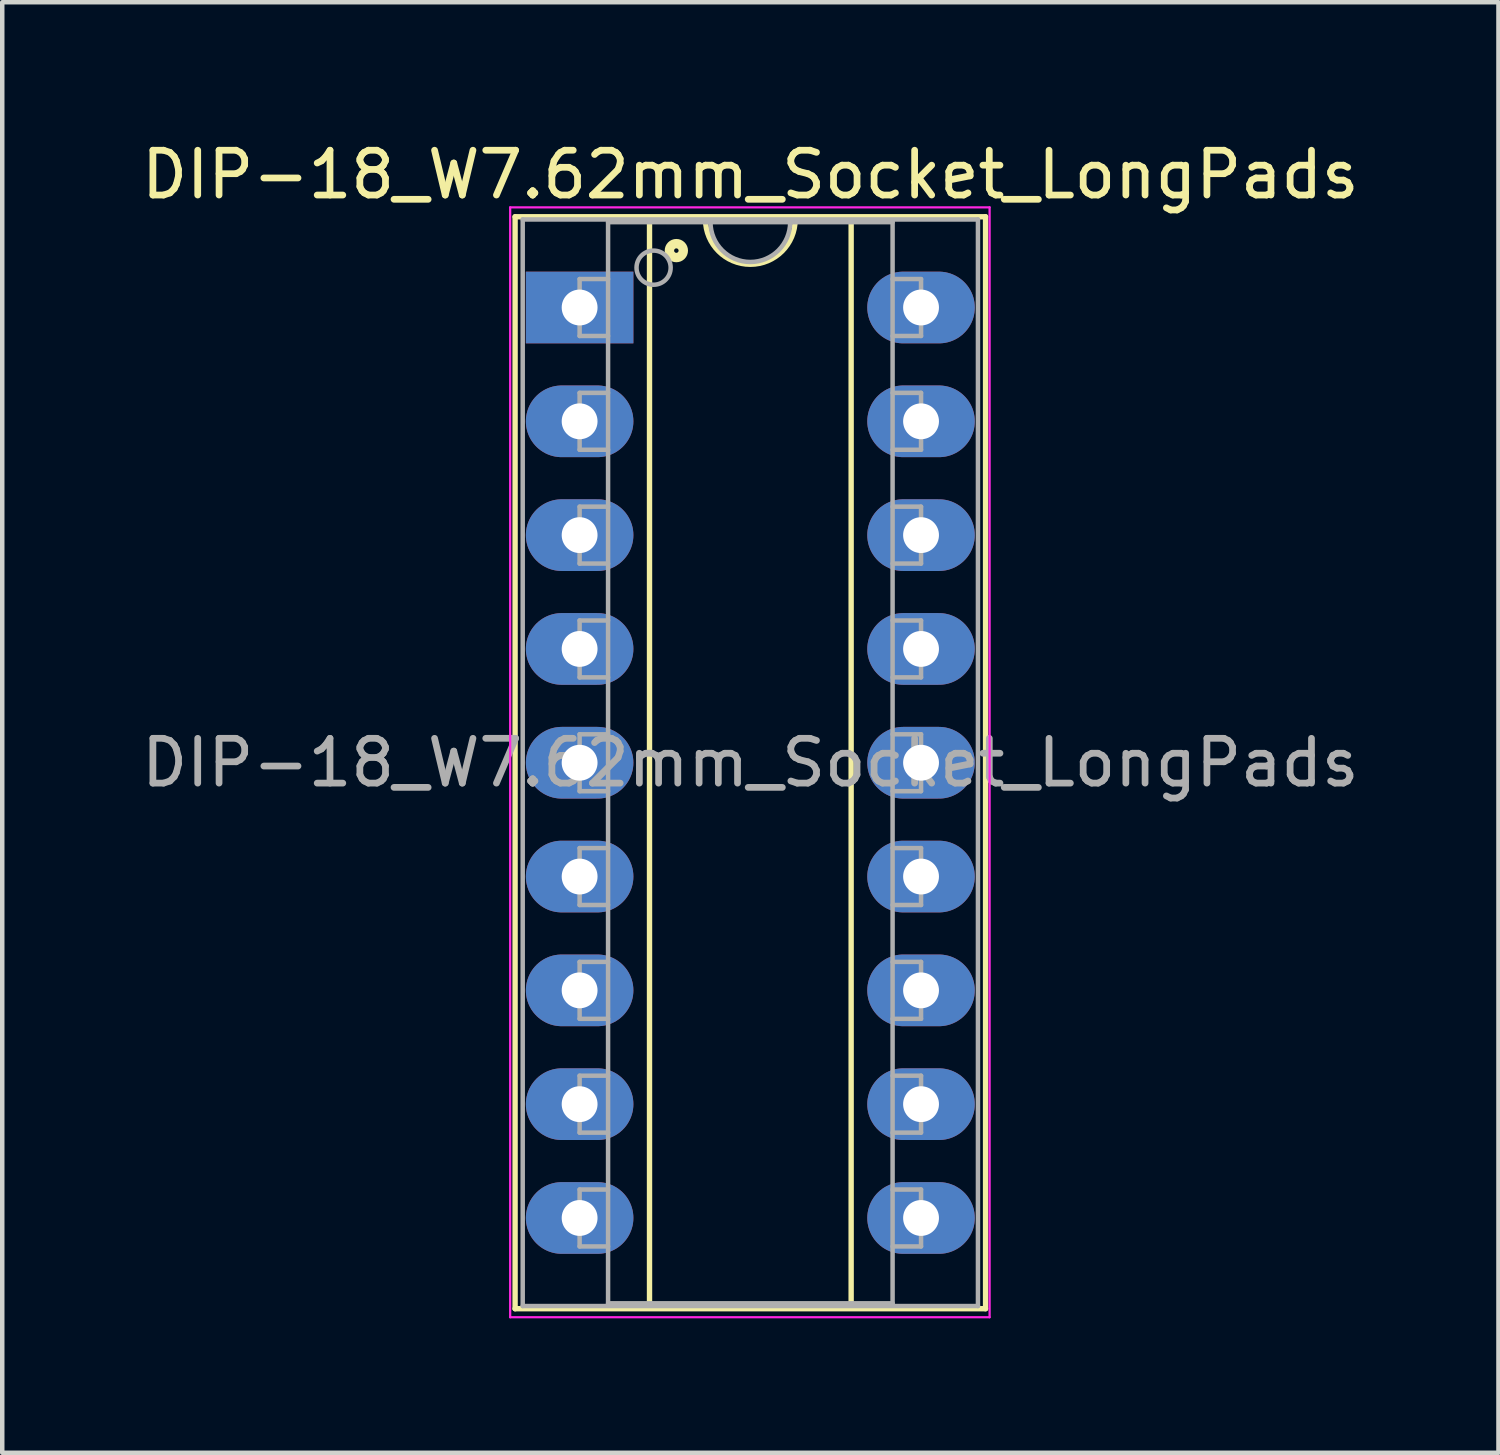
<source format=kicad_pcb>
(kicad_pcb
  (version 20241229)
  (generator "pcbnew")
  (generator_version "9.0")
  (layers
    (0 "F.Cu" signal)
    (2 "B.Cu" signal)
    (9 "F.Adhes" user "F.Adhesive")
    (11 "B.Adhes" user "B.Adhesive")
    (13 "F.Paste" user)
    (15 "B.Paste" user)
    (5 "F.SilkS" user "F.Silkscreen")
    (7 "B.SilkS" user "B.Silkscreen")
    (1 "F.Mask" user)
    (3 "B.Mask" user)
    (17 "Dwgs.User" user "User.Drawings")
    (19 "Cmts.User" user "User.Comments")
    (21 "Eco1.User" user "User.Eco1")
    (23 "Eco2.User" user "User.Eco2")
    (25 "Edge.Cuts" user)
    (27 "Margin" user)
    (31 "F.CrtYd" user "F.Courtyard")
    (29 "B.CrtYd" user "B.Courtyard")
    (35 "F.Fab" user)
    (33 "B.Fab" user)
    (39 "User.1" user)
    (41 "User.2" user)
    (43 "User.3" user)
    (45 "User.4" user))
  (footprint "DIP-18_W7.62mm_Socket_LongPads"
    (layer "F.Cu")
    (at 9.886 3.813)
    (property "Reference" "DIP-18_W7.62mm_Socket_LongPads" (at 3.81 -2.965 0) (layer "F.SilkS") (effects (font (size 1 1) (thickness 0.15))))
    (attr through_hole)
    (fp_line (start -1.44 -2.025) (end -1.44 22.345) (stroke (width 0.12) (type solid)) (layer "F.SilkS"))
    (fp_line (start -1.44 22.345) (end 9.06 22.345) (stroke (width 0.12) (type solid)) (layer "F.SilkS"))
    (fp_line (start 1.56 -1.965) (end 1.56 22.285) (stroke (width 0.12) (type solid)) (layer "F.SilkS"))
    (fp_line (start 1.56 22.285) (end 6.06 22.285) (stroke (width 0.12) (type solid)) (layer "F.SilkS"))
    (fp_line (start 2.81 -1.965) (end 1.56 -1.965) (stroke (width 0.12) (type solid)) (layer "F.SilkS"))
    (fp_line (start 6.06 -1.965) (end 4.81 -1.965) (stroke (width 0.12) (type solid)) (layer "F.SilkS"))
    (fp_line (start 6.06 22.285) (end 6.06 -1.965) (stroke (width 0.12) (type solid)) (layer "F.SilkS"))
    (fp_line (start 9.06 -2.025) (end -1.44 -2.025) (stroke (width 0.12) (type solid)) (layer "F.SilkS"))
    (fp_line (start 9.06 22.345) (end 9.06 -2.025) (stroke (width 0.12) (type solid)) (layer "F.SilkS"))
    (fp_arc (start 4.81 -1.965) (mid 3.81 -0.965) (end 2.81 -1.965) (stroke (width 0.12) (type solid)) (layer "F.SilkS"))
    (fp_circle (center 2.159 -1.27) (end 2.209 -1.27) (stroke (width 0.12) (type solid)) (fill no) (layer "F.SilkS"))
    (fp_circle (center 2.159 -1.27) (end 2.284 -1.27) (stroke (width 0.12) (type solid)) (fill no) (layer "F.SilkS"))
    (fp_circle (center 2.159 -1.27) (end 2.359 -1.27) (stroke (width 0.12) (type solid)) (fill no) (layer "F.SilkS"))
    (fp_line (start -1.55 -2.235) (end -1.55 22.535) (stroke (width 0.05) (type solid)) (layer "F.CrtYd"))
    (fp_line (start -1.55 22.535) (end 9.15 22.535) (stroke (width 0.05) (type solid)) (layer "F.CrtYd"))
    (fp_line (start 9.15 -2.235) (end -1.55 -2.235) (stroke (width 0.05) (type solid)) (layer "F.CrtYd"))
    (fp_line (start 9.15 22.535) (end 9.15 -2.235) (stroke (width 0.05) (type solid)) (layer "F.CrtYd"))
    (fp_line (start -1.27 -1.965) (end -1.27 22.285) (stroke (width 0.1) (type solid)) (layer "F.Fab"))
    (fp_line (start -1.27 22.285) (end 8.89 22.285) (stroke (width 0.1) (type solid)) (layer "F.Fab"))
    (fp_line (start 0 -0.635) (end 0 0.635) (stroke (width 0.1) (type solid)) (layer "F.Fab"))
    (fp_line (start 0 -0.635) (end 0.635 -0.635) (stroke (width 0.1) (type solid)) (layer "F.Fab"))
    (fp_line (start 0 0.635) (end 0.635 0.635) (stroke (width 0.1) (type solid)) (layer "F.Fab"))
    (fp_line (start 0 1.905) (end 0 3.175) (stroke (width 0.1) (type solid)) (layer "F.Fab"))
    (fp_line (start 0 1.905) (end 0.635 1.905) (stroke (width 0.1) (type solid)) (layer "F.Fab"))
    (fp_line (start 0 3.175) (end 0.635 3.175) (stroke (width 0.1) (type solid)) (layer "F.Fab"))
    (fp_line (start 0 4.445) (end 0 5.715) (stroke (width 0.1) (type solid)) (layer "F.Fab"))
    (fp_line (start 0 4.445) (end 0.635 4.445) (stroke (width 0.1) (type solid)) (layer "F.Fab"))
    (fp_line (start 0 5.715) (end 0.635 5.715) (stroke (width 0.1) (type solid)) (layer "F.Fab"))
    (fp_line (start 0 6.985) (end 0 8.255) (stroke (width 0.1) (type solid)) (layer "F.Fab"))
    (fp_line (start 0 6.985) (end 0.635 6.985) (stroke (width 0.1) (type solid)) (layer "F.Fab"))
    (fp_line (start 0 8.255) (end 0.635 8.255) (stroke (width 0.1) (type solid)) (layer "F.Fab"))
    (fp_line (start 0 9.525) (end 0 10.795) (stroke (width 0.1) (type solid)) (layer "F.Fab"))
    (fp_line (start 0 9.525) (end 0.635 9.525) (stroke (width 0.1) (type solid)) (layer "F.Fab"))
    (fp_line (start 0 10.795) (end 0.635 10.795) (stroke (width 0.1) (type solid)) (layer "F.Fab"))
    (fp_line (start 0 12.065) (end 0 13.335) (stroke (width 0.1) (type solid)) (layer "F.Fab"))
    (fp_line (start 0 12.065) (end 0.635 12.065) (stroke (width 0.1) (type solid)) (layer "F.Fab"))
    (fp_line (start 0 13.335) (end 0.635 13.335) (stroke (width 0.1) (type solid)) (layer "F.Fab"))
    (fp_line (start 0 14.605) (end 0 15.875) (stroke (width 0.1) (type solid)) (layer "F.Fab"))
    (fp_line (start 0 14.605) (end 0.635 14.605) (stroke (width 0.1) (type solid)) (layer "F.Fab"))
    (fp_line (start 0 15.875) (end 0.635 15.875) (stroke (width 0.1) (type solid)) (layer "F.Fab"))
    (fp_line (start 0 17.145) (end 0 18.415) (stroke (width 0.1) (type solid)) (layer "F.Fab"))
    (fp_line (start 0 17.145) (end 0.635 17.145) (stroke (width 0.1) (type solid)) (layer "F.Fab"))
    (fp_line (start 0 18.415) (end 0.635 18.415) (stroke (width 0.1) (type solid)) (layer "F.Fab"))
    (fp_line (start 0 19.685) (end 0 20.955) (stroke (width 0.1) (type solid)) (layer "F.Fab"))
    (fp_line (start 0 19.685) (end 0.635 19.685) (stroke (width 0.1) (type solid)) (layer "F.Fab"))
    (fp_line (start 0 20.955) (end 0.635 20.955) (stroke (width 0.1) (type solid)) (layer "F.Fab"))
    (fp_line (start 0.635 -1.905) (end 6.985 -1.905) (stroke (width 0.1) (type solid)) (layer "F.Fab"))
    (fp_line (start 0.635 22.225) (end 0.635 -1.905) (stroke (width 0.1) (type solid)) (layer "F.Fab"))
    (fp_line (start 6.985 -1.905) (end 6.985 22.225) (stroke (width 0.1) (type solid)) (layer "F.Fab"))
    (fp_line (start 6.985 22.225) (end 0.635 22.225) (stroke (width 0.1) (type solid)) (layer "F.Fab"))
    (fp_line (start 7.62 -0.635) (end 6.985 -0.635) (stroke (width 0.1) (type solid)) (layer "F.Fab"))
    (fp_line (start 7.62 0.635) (end 6.985 0.635) (stroke (width 0.1) (type solid)) (layer "F.Fab"))
    (fp_line (start 7.62 0.635) (end 7.62 -0.635) (stroke (width 0.1) (type solid)) (layer "F.Fab"))
    (fp_line (start 7.62 1.905) (end 6.985 1.905) (stroke (width 0.1) (type solid)) (layer "F.Fab"))
    (fp_line (start 7.62 3.175) (end 6.985 3.175) (stroke (width 0.1) (type solid)) (layer "F.Fab"))
    (fp_line (start 7.62 3.175) (end 7.62 1.905) (stroke (width 0.1) (type solid)) (layer "F.Fab"))
    (fp_line (start 7.62 4.445) (end 6.985 4.445) (stroke (width 0.1) (type solid)) (layer "F.Fab"))
    (fp_line (start 7.62 5.715) (end 6.985 5.715) (stroke (width 0.1) (type solid)) (layer "F.Fab"))
    (fp_line (start 7.62 5.715) (end 7.62 4.445) (stroke (width 0.1) (type solid)) (layer "F.Fab"))
    (fp_line (start 7.62 6.985) (end 6.985 6.985) (stroke (width 0.1) (type solid)) (layer "F.Fab"))
    (fp_line (start 7.62 8.255) (end 6.985 8.255) (stroke (width 0.1) (type solid)) (layer "F.Fab"))
    (fp_line (start 7.62 8.255) (end 7.62 6.985) (stroke (width 0.1) (type solid)) (layer "F.Fab"))
    (fp_line (start 7.62 9.525) (end 6.985 9.525) (stroke (width 0.1) (type solid)) (layer "F.Fab"))
    (fp_line (start 7.62 10.795) (end 6.985 10.795) (stroke (width 0.1) (type solid)) (layer "F.Fab"))
    (fp_line (start 7.62 10.795) (end 7.62 9.525) (stroke (width 0.1) (type solid)) (layer "F.Fab"))
    (fp_line (start 7.62 12.065) (end 6.985 12.065) (stroke (width 0.1) (type solid)) (layer "F.Fab"))
    (fp_line (start 7.62 13.335) (end 6.985 13.335) (stroke (width 0.1) (type solid)) (layer "F.Fab"))
    (fp_line (start 7.62 13.335) (end 7.62 12.065) (stroke (width 0.1) (type solid)) (layer "F.Fab"))
    (fp_line (start 7.62 14.605) (end 6.985 14.605) (stroke (width 0.1) (type solid)) (layer "F.Fab"))
    (fp_line (start 7.62 15.875) (end 6.985 15.875) (stroke (width 0.1) (type solid)) (layer "F.Fab"))
    (fp_line (start 7.62 15.875) (end 7.62 14.605) (stroke (width 0.1) (type solid)) (layer "F.Fab"))
    (fp_line (start 7.62 17.145) (end 6.985 17.145) (stroke (width 0.1) (type solid)) (layer "F.Fab"))
    (fp_line (start 7.62 18.415) (end 6.985 18.415) (stroke (width 0.1) (type solid)) (layer "F.Fab"))
    (fp_line (start 7.62 18.415) (end 7.62 17.145) (stroke (width 0.1) (type solid)) (layer "F.Fab"))
    (fp_line (start 7.62 19.685) (end 6.985 19.685) (stroke (width 0.1) (type solid)) (layer "F.Fab"))
    (fp_line (start 7.62 20.955) (end 6.985 20.955) (stroke (width 0.1) (type solid)) (layer "F.Fab"))
    (fp_line (start 7.62 20.955) (end 7.62 19.685) (stroke (width 0.1) (type solid)) (layer "F.Fab"))
    (fp_line (start 8.89 -1.965) (end -1.27 -1.965) (stroke (width 0.1) (type solid)) (layer "F.Fab"))
    (fp_line (start 8.89 22.285) (end 8.89 -1.965) (stroke (width 0.1) (type solid)) (layer "F.Fab"))
    (fp_arc (start 4.699 -1.905) (mid 3.81 -1.016) (end 2.921 -1.905) (stroke (width 0.1) (type solid)) (layer "F.Fab"))
    (fp_circle (center 1.651 -0.889) (end 2.032 -0.889) (stroke (width 0.1) (type solid)) (fill no) (layer "F.Fab"))
    (fp_text user "${REFERENCE}" (at 3.81 10.16 0) (layer "F.Fab") (effects (font (size 1 1) (thickness 0.15))))
    (pad "1" thru_hole rect (at 0 0) (size 2.4 1.6) (drill 0.8) (layers "*.Cu" "*.Mask"))
    (pad "2" thru_hole oval (at 0 2.54) (size 2.4 1.6) (drill 0.8) (layers "*.Cu" "*.Mask"))
    (pad "3" thru_hole oval (at 0 5.08) (size 2.4 1.6) (drill 0.8) (layers "*.Cu" "*.Mask"))
    (pad "4" thru_hole oval (at 0 7.62) (size 2.4 1.6) (drill 0.8) (layers "*.Cu" "*.Mask"))
    (pad "5" thru_hole oval (at 0 10.16) (size 2.4 1.6) (drill 0.8) (layers "*.Cu" "*.Mask"))
    (pad "6" thru_hole oval (at 0 12.7) (size 2.4 1.6) (drill 0.8) (layers "*.Cu" "*.Mask"))
    (pad "7" thru_hole oval (at 0 15.24) (size 2.4 1.6) (drill 0.8) (layers "*.Cu" "*.Mask"))
    (pad "8" thru_hole oval (at 0 17.78) (size 2.4 1.6) (drill 0.8) (layers "*.Cu" "*.Mask"))
    (pad "9" thru_hole oval (at 0 20.32) (size 2.4 1.6) (drill 0.8) (layers "*.Cu" "*.Mask"))
    (pad "10" thru_hole oval (at 7.62 20.32) (size 2.4 1.6) (drill 0.8) (layers "*.Cu" "*.Mask"))
    (pad "11" thru_hole oval (at 7.62 17.78) (size 2.4 1.6) (drill 0.8) (layers "*.Cu" "*.Mask"))
    (pad "12" thru_hole oval (at 7.62 15.24) (size 2.4 1.6) (drill 0.8) (layers "*.Cu" "*.Mask"))
    (pad "13" thru_hole oval (at 7.62 12.7) (size 2.4 1.6) (drill 0.8) (layers "*.Cu" "*.Mask"))
    (pad "14" thru_hole oval (at 7.62 10.16) (size 2.4 1.6) (drill 0.8) (layers "*.Cu" "*.Mask"))
    (pad "15" thru_hole oval (at 7.62 7.62) (size 2.4 1.6) (drill 0.8) (layers "*.Cu" "*.Mask"))
    (pad "16" thru_hole oval (at 7.62 5.08) (size 2.4 1.6) (drill 0.8) (layers "*.Cu" "*.Mask"))
    (pad "17" thru_hole oval (at 7.62 2.54) (size 2.4 1.6) (drill 0.8) (layers "*.Cu" "*.Mask"))
    (pad "18" thru_hole oval (at 7.62 0) (size 2.4 1.6) (drill 0.8) (layers "*.Cu" "*.Mask")))
  (gr_rect
    (start -3 -3)
    (end 30.393 29.373)
    (stroke (width 0.1) (type default))
    (fill no)
    (layer "Edge.Cuts")))
</source>
